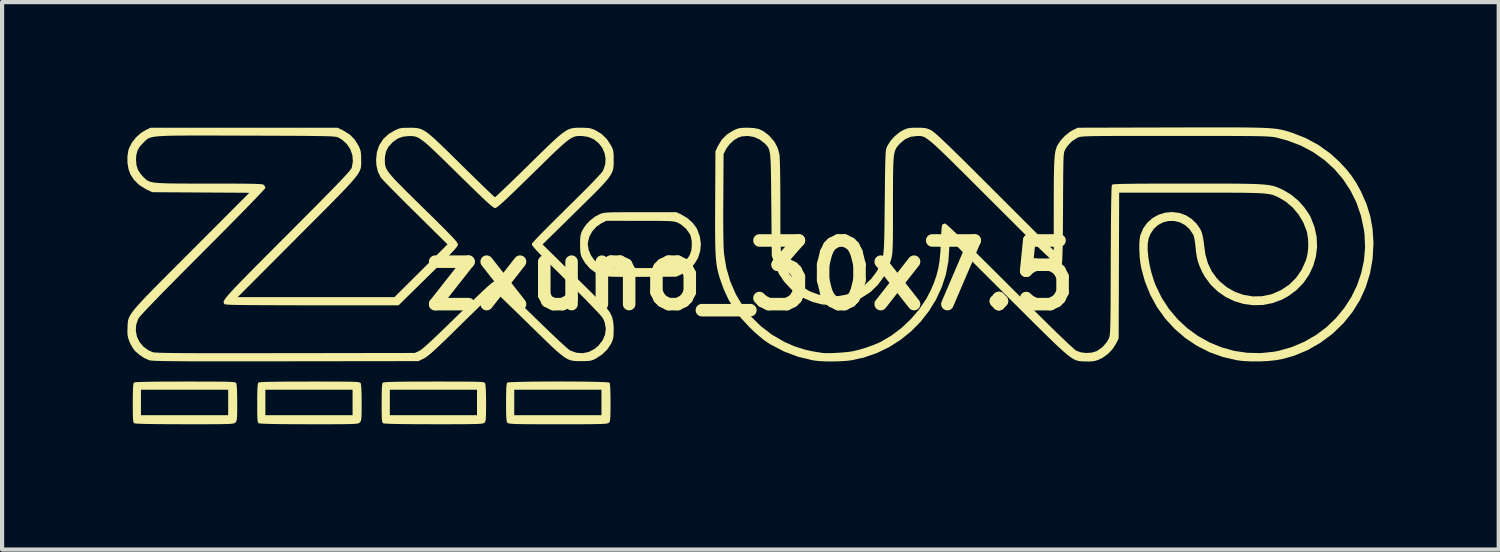
<source format=kicad_pcb>
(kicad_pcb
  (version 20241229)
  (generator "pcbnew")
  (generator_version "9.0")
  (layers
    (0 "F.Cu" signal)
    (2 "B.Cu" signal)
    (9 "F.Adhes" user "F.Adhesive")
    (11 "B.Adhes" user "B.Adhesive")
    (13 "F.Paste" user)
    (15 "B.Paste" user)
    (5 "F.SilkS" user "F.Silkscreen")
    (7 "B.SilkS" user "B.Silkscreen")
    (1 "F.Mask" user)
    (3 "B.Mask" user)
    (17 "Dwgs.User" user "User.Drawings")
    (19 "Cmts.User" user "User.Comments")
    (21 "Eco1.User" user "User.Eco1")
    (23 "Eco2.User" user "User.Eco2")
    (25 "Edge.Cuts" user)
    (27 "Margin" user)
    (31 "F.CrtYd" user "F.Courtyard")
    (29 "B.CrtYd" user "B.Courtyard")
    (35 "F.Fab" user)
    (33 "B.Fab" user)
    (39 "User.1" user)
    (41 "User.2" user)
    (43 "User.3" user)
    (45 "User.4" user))
  (footprint "zxuno_30x7.5"
    (layer "F.Cu")
    (at 14.917 3.542)
    (property "Reference" "zxuno_30x7.5" (at 0 0 0) (layer "F.SilkS") (effects (font (size 1.524 1.524) (thickness 0.3))))
    (attr board_only exclude_from_pos_files exclude_from_bom allow_missing_courtyard)
    (fp_poly (pts (xy -7.316 2.544) (xy -7.097 2.545) (xy -6.915 2.545) (xy -6.765 2.546) (xy -6.646 2.547) (xy -6.553 2.549) (xy -6.482 2.552) (xy -6.432 2.556) (xy -6.397 2.561) (xy -6.374 2.566) (xy -6.361 2.573) (xy -6.353 2.582) (xy -6.351 2.586) (xy -6.343 2.623) (xy -6.337 2.697) (xy -6.332 2.803) (xy -6.329 2.937) (xy -6.328 3.061) (xy -6.329 3.211) (xy -6.33 3.322) (xy -6.333 3.403) (xy -6.338 3.458) (xy -6.345 3.493) (xy -6.355 3.516) (xy -6.368 3.53) (xy -6.38 3.538) (xy -6.399 3.545) (xy -6.428 3.551) (xy -6.472 3.555) (xy -6.533 3.559) (xy -6.616 3.561) (xy -6.723 3.563) (xy -6.858 3.565) (xy -7.024 3.565) (xy -7.226 3.566) (xy -7.466 3.566) (xy -7.58 3.566) (xy -7.866 3.565) (xy -8.115 3.564) (xy -8.327 3.562) (xy -8.501 3.559) (xy -8.636 3.555) (xy -8.729 3.551) (xy -8.781 3.546) (xy -8.791 3.543) (xy -8.804 3.532) (xy -8.813 3.512) (xy -8.82 3.478) (xy -8.825 3.424) (xy -8.827 3.344) (xy -8.829 3.232) (xy -8.829 3.084) (xy -8.829 3.059) (xy -8.828 2.887) (xy -8.826 2.756) (xy -8.825 2.74) (xy -8.633 2.74) (xy -8.633 3.349) (xy -6.546 3.349) (xy -6.546 2.74) (xy -8.633 2.74) (xy -8.825 2.74) (xy -8.821 2.661) (xy -8.814 2.601) (xy -8.805 2.572) (xy -8.803 2.57) (xy -8.786 2.564) (xy -8.746 2.559) (xy -8.68 2.555) (xy -8.587 2.552) (xy -8.463 2.549) (xy -8.306 2.547) (xy -8.113 2.545) (xy -7.883 2.545) (xy -7.611 2.544) (xy -7.575 2.544)) (stroke (width 0) (type solid)) (fill yes) (layer "F.SilkS"))
    (fp_poly (pts (xy -4.394 2.543) (xy -4.198 2.544) (xy -4.012 2.545) (xy -3.841 2.548) (xy -3.69 2.551) (xy -3.562 2.555) (xy -3.464 2.559) (xy -3.4 2.565) (xy -3.375 2.57) (xy -3.365 2.596) (xy -3.358 2.652) (xy -3.353 2.743) (xy -3.35 2.87) (xy -3.349 3.038) (xy -3.349 3.046) (xy -3.349 3.198) (xy -3.351 3.312) (xy -3.353 3.395) (xy -3.358 3.452) (xy -3.365 3.49) (xy -3.374 3.514) (xy -3.388 3.529) (xy -3.389 3.53) (xy -3.401 3.538) (xy -3.42 3.545) (xy -3.449 3.551) (xy -3.493 3.555) (xy -3.554 3.559) (xy -3.637 3.561) (xy -3.744 3.563) (xy -3.879 3.565) (xy -4.045 3.566) (xy -4.247 3.566) (xy -4.487 3.566) (xy -4.605 3.566) (xy -4.864 3.566) (xy -5.083 3.566) (xy -5.265 3.565) (xy -5.414 3.564) (xy -5.533 3.562) (xy -5.626 3.56) (xy -5.696 3.556) (xy -5.746 3.552) (xy -5.78 3.547) (xy -5.802 3.541) (xy -5.814 3.533) (xy -5.816 3.532) (xy -5.827 3.515) (xy -5.836 3.485) (xy -5.842 3.437) (xy -5.846 3.365) (xy -5.849 3.265) (xy -5.85 3.129) (xy -5.85 3.047) (xy -5.849 2.878) (xy -5.846 2.748) (xy -5.846 2.74) (xy -5.654 2.74) (xy -5.654 3.349) (xy -3.566 3.349) (xy -3.566 2.74) (xy -5.654 2.74) (xy -5.846 2.74) (xy -5.841 2.656) (xy -5.834 2.598) (xy -5.824 2.571) (xy -5.824 2.57) (xy -5.797 2.565) (xy -5.731 2.559) (xy -5.631 2.555) (xy -5.502 2.551) (xy -5.35 2.548) (xy -5.178 2.545) (xy -4.991 2.544) (xy -4.795 2.543) (xy -4.595 2.542)) (stroke (width 0) (type solid)) (fill yes) (layer "F.SilkS"))
    (fp_poly (pts (xy -13.275 2.544) (xy -13.056 2.545) (xy -12.873 2.545) (xy -12.724 2.546) (xy -12.605 2.547) (xy -12.511 2.549) (xy -12.441 2.552) (xy -12.39 2.556) (xy -12.355 2.561) (xy -12.333 2.566) (xy -12.32 2.573) (xy -12.312 2.582) (xy -12.309 2.586) (xy -12.302 2.623) (xy -12.295 2.697) (xy -12.29 2.803) (xy -12.288 2.935) (xy -12.287 3.054) (xy -12.287 3.201) (xy -12.288 3.311) (xy -12.291 3.39) (xy -12.296 3.444) (xy -12.303 3.48) (xy -12.314 3.503) (xy -12.329 3.521) (xy -12.33 3.523) (xy -12.341 3.532) (xy -12.355 3.54) (xy -12.375 3.547) (xy -12.405 3.552) (xy -12.449 3.557) (xy -12.511 3.56) (xy -12.593 3.562) (xy -12.7 3.564) (xy -12.834 3.565) (xy -13 3.566) (xy -13.201 3.566) (xy -13.441 3.566) (xy -13.543 3.566) (xy -13.828 3.565) (xy -14.076 3.564) (xy -14.288 3.562) (xy -14.462 3.559) (xy -14.595 3.555) (xy -14.689 3.551) (xy -14.74 3.546) (xy -14.75 3.543) (xy -14.762 3.532) (xy -14.772 3.512) (xy -14.779 3.478) (xy -14.783 3.424) (xy -14.786 3.344) (xy -14.787 3.232) (xy -14.788 3.084) (xy -14.788 3.059) (xy -14.787 2.887) (xy -14.784 2.756) (xy -14.783 2.74) (xy -14.592 2.74) (xy -14.592 3.349) (xy -12.504 3.349) (xy -12.504 2.74) (xy -14.592 2.74) (xy -14.783 2.74) (xy -14.779 2.661) (xy -14.772 2.601) (xy -14.763 2.572) (xy -14.762 2.57) (xy -14.744 2.564) (xy -14.704 2.559) (xy -14.639 2.555) (xy -14.546 2.552) (xy -14.422 2.549) (xy -14.265 2.547) (xy -14.072 2.545) (xy -13.841 2.545) (xy -13.57 2.544) (xy -13.534 2.544)) (stroke (width 0) (type solid)) (fill yes) (layer "F.SilkS"))
    (fp_poly (pts (xy -10.295 2.544) (xy -10.076 2.545) (xy -9.894 2.545) (xy -9.745 2.546) (xy -9.625 2.547) (xy -9.532 2.549) (xy -9.462 2.552) (xy -9.411 2.556) (xy -9.376 2.561) (xy -9.354 2.566) (xy -9.34 2.573) (xy -9.333 2.582) (xy -9.33 2.586) (xy -9.322 2.623) (xy -9.316 2.697) (xy -9.311 2.803) (xy -9.308 2.935) (xy -9.308 3.054) (xy -9.308 3.201) (xy -9.309 3.311) (xy -9.312 3.39) (xy -9.317 3.444) (xy -9.324 3.48) (xy -9.335 3.503) (xy -9.349 3.521) (xy -9.351 3.523) (xy -9.362 3.532) (xy -9.375 3.54) (xy -9.396 3.547) (xy -9.426 3.552) (xy -9.47 3.557) (xy -9.532 3.56) (xy -9.614 3.562) (xy -9.721 3.564) (xy -9.855 3.565) (xy -10.021 3.566) (xy -10.222 3.566) (xy -10.462 3.566) (xy -10.563 3.566) (xy -10.848 3.565) (xy -11.097 3.564) (xy -11.309 3.562) (xy -11.482 3.559) (xy -11.616 3.555) (xy -11.709 3.551) (xy -11.761 3.546) (xy -11.77 3.543) (xy -11.783 3.532) (xy -11.793 3.512) (xy -11.799 3.478) (xy -11.804 3.424) (xy -11.807 3.344) (xy -11.808 3.232) (xy -11.808 3.084) (xy -11.808 3.059) (xy -11.808 2.887) (xy -11.805 2.756) (xy -11.804 2.74) (xy -11.613 2.74) (xy -11.613 3.349) (xy -9.525 3.349) (xy -9.525 2.74) (xy -11.613 2.74) (xy -11.804 2.74) (xy -11.8 2.661) (xy -11.793 2.601) (xy -11.784 2.572) (xy -11.782 2.57) (xy -11.765 2.564) (xy -11.725 2.559) (xy -11.66 2.555) (xy -11.566 2.552) (xy -11.442 2.549) (xy -11.285 2.547) (xy -11.093 2.545) (xy -10.862 2.545) (xy -10.591 2.544) (xy -10.554 2.544)) (stroke (width 0) (type solid)) (fill yes) (layer "F.SilkS"))
    (fp_poly (pts (xy -1.649 -1.454) (xy -1.508 -1.369) (xy -1.386 -1.261) (xy -1.293 -1.139) (xy -1.273 -1.101) (xy -1.209 -0.924) (xy -1.185 -0.747) (xy -1.202 -0.575) (xy -1.255 -0.413) (xy -1.345 -0.266) (xy -1.468 -0.139) (xy -1.624 -0.038) (xy -1.649 -0.025) (xy -1.772 0.033) (xy -2.599 0.037) (xy -2.835 0.038) (xy -3.032 0.038) (xy -3.191 0.036) (xy -3.316 0.033) (xy -3.411 0.028) (xy -3.479 0.022) (xy -3.522 0.015) (xy -3.524 0.014) (xy -3.691 -0.053) (xy -3.837 -0.158) (xy -3.958 -0.295) (xy -4.027 -0.41) (xy -4.051 -0.464) (xy -4.066 -0.519) (xy -4.074 -0.587) (xy -4.077 -0.681) (xy -4.077 -0.739) (xy -3.893 -0.739) (xy -3.872 -0.606) (xy -3.816 -0.475) (xy -3.731 -0.358) (xy -3.624 -0.264) (xy -3.557 -0.226) (xy -3.528 -0.212) (xy -3.499 -0.202) (xy -3.467 -0.193) (xy -3.427 -0.187) (xy -3.373 -0.182) (xy -3.302 -0.178) (xy -3.208 -0.176) (xy -3.087 -0.175) (xy -2.934 -0.174) (xy -2.744 -0.174) (xy -2.639 -0.174) (xy -2.423 -0.174) (xy -2.247 -0.175) (xy -2.105 -0.177) (xy -1.993 -0.179) (xy -1.908 -0.183) (xy -1.845 -0.188) (xy -1.799 -0.194) (xy -1.766 -0.202) (xy -1.753 -0.207) (xy -1.656 -0.263) (xy -1.56 -0.346) (xy -1.48 -0.44) (xy -1.451 -0.488) (xy -1.416 -0.587) (xy -1.402 -0.708) (xy -1.406 -0.832) (xy -1.431 -0.944) (xy -1.45 -0.989) (xy -1.54 -1.115) (xy -1.66 -1.216) (xy -1.74 -1.26) (xy -1.767 -1.271) (xy -1.796 -1.28) (xy -1.832 -1.288) (xy -1.879 -1.293) (xy -1.942 -1.298) (xy -2.026 -1.301) (xy -2.135 -1.302) (xy -2.273 -1.304) (xy -2.446 -1.304) (xy -2.643 -1.304) (xy -3.449 -1.305) (xy -3.562 -1.249) (xy -3.683 -1.167) (xy -3.782 -1.058) (xy -3.853 -0.931) (xy -3.889 -0.795) (xy -3.893 -0.739) (xy -4.077 -0.739) (xy -4.076 -0.849) (xy -4.071 -0.927) (xy -4.059 -0.987) (xy -4.04 -1.041) (xy -4.024 -1.076) (xy -3.948 -1.196) (xy -3.843 -1.309) (xy -3.724 -1.403) (xy -3.616 -1.461) (xy -3.584 -1.473) (xy -3.553 -1.484) (xy -3.518 -1.492) (xy -3.476 -1.499) (xy -3.421 -1.503) (xy -3.349 -1.507) (xy -3.256 -1.509) (xy -3.136 -1.51) (xy -2.986 -1.511) (xy -2.8 -1.511) (xy -2.631 -1.511) (xy -1.772 -1.511)) (stroke (width 0) (type solid)) (fill yes) (layer "F.SilkS"))
    (fp_poly (pts (xy -9.739 -3.463) (xy -9.587 -3.367) (xy -9.467 -3.243) (xy -9.376 -3.091) (xy -9.347 -3.021) (xy -9.329 -2.957) (xy -9.321 -2.882) (xy -9.319 -2.78) (xy -9.319 -2.773) (xy -9.318 -2.719) (xy -9.318 -2.671) (xy -9.32 -2.628) (xy -9.325 -2.586) (xy -9.336 -2.544) (xy -9.354 -2.499) (xy -9.38 -2.45) (xy -9.418 -2.394) (xy -9.468 -2.329) (xy -9.532 -2.253) (xy -9.612 -2.164) (xy -9.71 -2.059) (xy -9.827 -1.937) (xy -9.966 -1.796) (xy -10.127 -1.632) (xy -10.313 -1.445) (xy -10.526 -1.232) (xy -10.767 -0.991) (xy -10.849 -0.908) (xy -12.275 0.522) (xy -8.522 0.522) (xy -7.252 -0.741) (xy -8.027 -1.507) (xy -8.181 -1.659) (xy -8.326 -1.804) (xy -8.46 -1.939) (xy -8.58 -2.059) (xy -8.681 -2.163) (xy -8.762 -2.246) (xy -8.818 -2.306) (xy -8.847 -2.339) (xy -8.849 -2.342) (xy -8.917 -2.477) (xy -8.954 -2.634) (xy -8.962 -2.763) (xy -8.943 -2.95) (xy -8.885 -3.117) (xy -8.791 -3.262) (xy -8.661 -3.383) (xy -8.529 -3.462) (xy -8.458 -3.496) (xy -8.4 -3.517) (xy -8.341 -3.528) (xy -8.266 -3.532) (xy -8.166 -3.533) (xy -8.093 -3.533) (xy -8.029 -3.53) (xy -7.971 -3.524) (xy -7.915 -3.511) (xy -7.858 -3.489) (xy -7.798 -3.456) (xy -7.73 -3.409) (xy -7.653 -3.347) (xy -7.561 -3.267) (xy -7.453 -3.166) (xy -7.325 -3.043) (xy -7.173 -2.895) (xy -6.995 -2.719) (xy -6.915 -2.64) (xy -6.762 -2.489) (xy -6.618 -2.349) (xy -6.487 -2.221) (xy -6.371 -2.108) (xy -6.273 -2.014) (xy -6.196 -1.941) (xy -6.143 -1.893) (xy -6.117 -1.871) (xy -6.115 -1.87) (xy -6.096 -1.885) (xy -6.049 -1.928) (xy -5.977 -1.995) (xy -5.884 -2.084) (xy -5.771 -2.192) (xy -5.642 -2.317) (xy -5.501 -2.454) (xy -5.35 -2.602) (xy -5.312 -2.639) (xy -5.122 -2.826) (xy -4.959 -2.985) (xy -4.821 -3.119) (xy -4.704 -3.228) (xy -4.606 -3.317) (xy -4.522 -3.386) (xy -4.45 -3.439) (xy -4.387 -3.478) (xy -4.329 -3.504) (xy -4.274 -3.52) (xy -4.217 -3.529) (xy -4.156 -3.533) (xy -4.087 -3.534) (xy -4.056 -3.534) (xy -3.948 -3.532) (xy -3.871 -3.526) (xy -3.809 -3.513) (xy -3.749 -3.491) (xy -3.716 -3.477) (xy -3.561 -3.383) (xy -3.436 -3.261) (xy -3.347 -3.126) (xy -3.313 -3.063) (xy -3.292 -3.011) (xy -3.28 -2.957) (xy -3.274 -2.89) (xy -3.273 -2.796) (xy -3.273 -2.762) (xy -3.273 -2.689) (xy -3.275 -2.624) (xy -3.282 -2.566) (xy -3.295 -2.51) (xy -3.317 -2.454) (xy -3.351 -2.394) (xy -3.398 -2.326) (xy -3.461 -2.249) (xy -3.542 -2.159) (xy -3.644 -2.052) (xy -3.769 -1.926) (xy -3.919 -1.778) (xy -4.097 -1.603) (xy -4.195 -1.506) (xy -4.976 -0.74) (xy -4.342 -0.115) (xy -4.197 0.028) (xy -4.056 0.167) (xy -3.923 0.298) (xy -3.802 0.417) (xy -3.698 0.52) (xy -3.615 0.602) (xy -3.558 0.659) (xy -3.549 0.668) (xy -3.439 0.785) (xy -3.362 0.891) (xy -3.311 0.996) (xy -3.284 1.113) (xy -3.273 1.251) (xy -3.273 1.294) (xy -3.275 1.4) (xy -3.28 1.476) (xy -3.293 1.536) (xy -3.314 1.593) (xy -3.333 1.634) (xy -3.424 1.773) (xy -3.55 1.895) (xy -3.7 1.994) (xy -3.757 2.022) (xy -3.809 2.04) (xy -3.866 2.05) (xy -3.943 2.054) (xy -4.045 2.055) (xy -4.12 2.055) (xy -4.186 2.053) (xy -4.245 2.047) (xy -4.301 2.035) (xy -4.358 2.015) (xy -4.418 1.983) (xy -4.484 1.938) (xy -4.561 1.878) (xy -4.651 1.8) (xy -4.757 1.703) (xy -4.883 1.582) (xy -5.032 1.437) (xy -5.208 1.266) (xy -5.305 1.171) (xy -5.458 1.021) (xy -5.603 0.88) (xy -5.735 0.752) (xy -5.852 0.639) (xy -5.95 0.544) (xy -6.028 0.47) (xy -6.081 0.42) (xy -6.106 0.397) (xy -6.108 0.396) (xy -6.127 0.409) (xy -6.174 0.451) (xy -6.245 0.517) (xy -6.339 0.605) (xy -6.451 0.713) (xy -6.579 0.837) (xy -6.72 0.974) (xy -6.871 1.122) (xy -6.909 1.159) (xy -7.092 1.339) (xy -7.247 1.491) (xy -7.378 1.617) (xy -7.486 1.72) (xy -7.575 1.802) (xy -7.647 1.867) (xy -7.706 1.915) (xy -7.753 1.951) (xy -7.792 1.977) (xy -7.819 1.992) (xy -7.948 2.055) (xy -11.123 2.059) (xy -11.569 2.06) (xy -11.972 2.06) (xy -12.336 2.06) (xy -12.663 2.06) (xy -12.954 2.06) (xy -13.211 2.059) (xy -13.437 2.059) (xy -13.633 2.058) (xy -13.802 2.056) (xy -13.945 2.055) (xy -14.064 2.053) (xy -14.162 2.05) (xy -14.24 2.048) (xy -14.3 2.045) (xy -14.344 2.041) (xy -14.375 2.038) (xy -14.394 2.033) (xy -14.505 1.985) (xy -14.62 1.911) (xy -14.721 1.824) (xy -14.752 1.79) (xy -14.795 1.729) (xy -14.84 1.647) (xy -14.869 1.584) (xy -14.896 1.508) (xy -14.911 1.44) (xy -14.917 1.364) (xy -14.916 1.33) (xy -14.715 1.33) (xy -14.687 1.47) (xy -14.624 1.6) (xy -14.529 1.712) (xy -14.404 1.8) (xy -14.315 1.839) (xy -14.298 1.843) (xy -14.267 1.847) (xy -14.223 1.85) (xy -14.162 1.853) (xy -14.082 1.856) (xy -13.983 1.858) (xy -13.861 1.86) (xy -13.714 1.862) (xy -13.542 1.863) (xy -13.341 1.864) (xy -13.11 1.865) (xy -12.846 1.865) (xy -12.548 1.865) (xy -12.215 1.865) (xy -11.842 1.865) (xy -11.43 1.864) (xy -11.134 1.864) (xy -8.035 1.859) (xy -7.932 1.812) (xy -7.899 1.792) (xy -7.851 1.756) (xy -7.787 1.702) (xy -7.704 1.627) (xy -7.6 1.531) (xy -7.473 1.41) (xy -7.321 1.264) (xy -7.143 1.09) (xy -7.002 0.953) (xy -6.816 0.771) (xy -6.659 0.618) (xy -6.528 0.491) (xy -6.42 0.387) (xy -6.332 0.306) (xy -6.263 0.243) (xy -6.21 0.198) (xy -6.17 0.168) (xy -6.141 0.15) (xy -6.12 0.142) (xy -6.113 0.141) (xy -6.095 0.145) (xy -6.07 0.158) (xy -6.035 0.183) (xy -5.988 0.221) (xy -5.926 0.276) (xy -5.847 0.348) (xy -5.748 0.442) (xy -5.627 0.558) (xy -5.481 0.699) (xy -5.309 0.868) (xy -5.226 0.949) (xy -5.051 1.119) (xy -4.888 1.276) (xy -4.74 1.418) (xy -4.61 1.541) (xy -4.499 1.643) (xy -4.411 1.722) (xy -4.348 1.776) (xy -4.314 1.801) (xy -4.313 1.801) (xy -4.165 1.854) (xy -4.016 1.865) (xy -3.87 1.835) (xy -3.733 1.764) (xy -3.641 1.687) (xy -3.54 1.559) (xy -3.48 1.422) (xy -3.462 1.279) (xy -3.487 1.133) (xy -3.525 1.038) (xy -3.554 0.998) (xy -3.614 0.928) (xy -3.706 0.83) (xy -3.828 0.703) (xy -3.98 0.547) (xy -4.163 0.364) (xy -4.375 0.153) (xy -4.41 0.12) (xy -4.594 -0.063) (xy -4.75 -0.217) (xy -4.879 -0.346) (xy -4.984 -0.452) (xy -5.067 -0.538) (xy -5.13 -0.605) (xy -5.176 -0.657) (xy -5.207 -0.695) (xy -5.225 -0.723) (xy -5.232 -0.742) (xy -5.232 -0.755) (xy -5.214 -0.779) (xy -5.167 -0.831) (xy -5.096 -0.907) (xy -5.002 -1.004) (xy -4.888 -1.119) (xy -4.759 -1.249) (xy -4.615 -1.392) (xy -4.461 -1.544) (xy -4.395 -1.61) (xy -4.18 -1.822) (xy -3.997 -2.004) (xy -3.844 -2.158) (xy -3.722 -2.285) (xy -3.629 -2.384) (xy -3.565 -2.456) (xy -3.531 -2.502) (xy -3.526 -2.51) (xy -3.477 -2.652) (xy -3.468 -2.795) (xy -3.494 -2.933) (xy -3.551 -3.06) (xy -3.638 -3.169) (xy -3.749 -3.256) (xy -3.881 -3.313) (xy -4.03 -3.336) (xy -4.034 -3.336) (xy -4.088 -3.336) (xy -4.137 -3.334) (xy -4.182 -3.328) (xy -4.228 -3.314) (xy -4.277 -3.291) (xy -4.333 -3.257) (xy -4.397 -3.209) (xy -4.474 -3.145) (xy -4.566 -3.062) (xy -4.676 -2.96) (xy -4.807 -2.834) (xy -4.961 -2.683) (xy -5.143 -2.505) (xy -5.217 -2.433) (xy -5.408 -2.246) (xy -5.57 -2.088) (xy -5.706 -1.957) (xy -5.818 -1.85) (xy -5.908 -1.766) (xy -5.98 -1.703) (xy -6.034 -1.657) (xy -6.073 -1.628) (xy -6.1 -1.613) (xy -6.113 -1.609) (xy -6.132 -1.615) (xy -6.16 -1.633) (xy -6.202 -1.665) (xy -6.259 -1.713) (xy -6.333 -1.781) (xy -6.427 -1.869) (xy -6.543 -1.98) (xy -6.683 -2.116) (xy -6.85 -2.279) (xy -7 -2.426) (xy -7.193 -2.616) (xy -7.357 -2.777) (xy -7.497 -2.912) (xy -7.614 -3.023) (xy -7.712 -3.113) (xy -7.794 -3.184) (xy -7.863 -3.237) (xy -7.921 -3.277) (xy -7.972 -3.304) (xy -8.019 -3.321) (xy -8.064 -3.33) (xy -8.111 -3.334) (xy -8.162 -3.334) (xy -8.177 -3.334) (xy -8.318 -3.32) (xy -8.437 -3.278) (xy -8.549 -3.2) (xy -8.57 -3.181) (xy -8.665 -3.078) (xy -8.723 -2.969) (xy -8.749 -2.842) (xy -8.752 -2.773) (xy -8.752 -2.719) (xy -8.749 -2.67) (xy -8.742 -2.625) (xy -8.727 -2.578) (xy -8.703 -2.529) (xy -8.667 -2.474) (xy -8.616 -2.409) (xy -8.55 -2.332) (xy -8.464 -2.241) (xy -8.357 -2.132) (xy -8.227 -2.001) (xy -8.072 -1.848) (xy -7.888 -1.667) (xy -7.828 -1.608) (xy -7.642 -1.426) (xy -7.486 -1.272) (xy -7.357 -1.143) (xy -7.252 -1.038) (xy -7.169 -0.952) (xy -7.105 -0.885) (xy -7.059 -0.832) (xy -7.029 -0.794) (xy -7.011 -0.765) (xy -7.003 -0.745) (xy -7.002 -0.739) (xy -7.007 -0.72) (xy -7.021 -0.694) (xy -7.047 -0.658) (xy -7.088 -0.61) (xy -7.147 -0.546) (xy -7.226 -0.464) (xy -7.327 -0.362) (xy -7.453 -0.237) (xy -7.606 -0.085) (xy -7.713 0.02) (xy -8.423 0.718) (xy -10.492 0.718) (xy -10.858 0.718) (xy -11.183 0.717) (xy -11.468 0.716) (xy -11.715 0.715) (xy -11.927 0.714) (xy -12.106 0.712) (xy -12.253 0.71) (xy -12.37 0.708) (xy -12.46 0.705) (xy -12.525 0.701) (xy -12.566 0.697) (xy -12.585 0.693) (xy -12.587 0.692) (xy -12.6 0.678) (xy -12.609 0.664) (xy -12.613 0.648) (xy -12.611 0.628) (xy -12.6 0.602) (xy -12.579 0.568) (xy -12.546 0.524) (xy -12.5 0.469) (xy -12.439 0.4) (xy -12.361 0.316) (xy -12.265 0.215) (xy -12.149 0.096) (xy -12.011 -0.045) (xy -11.85 -0.208) (xy -11.664 -0.395) (xy -11.451 -0.609) (xy -11.21 -0.851) (xy -11.093 -0.967) (xy -10.836 -1.225) (xy -10.607 -1.455) (xy -10.406 -1.657) (xy -10.231 -1.834) (xy -10.081 -1.987) (xy -9.953 -2.118) (xy -9.846 -2.229) (xy -9.758 -2.322) (xy -9.688 -2.397) (xy -9.634 -2.457) (xy -9.594 -2.504) (xy -9.567 -2.539) (xy -9.551 -2.565) (xy -9.545 -2.577) (xy -9.518 -2.727) (xy -9.53 -2.876) (xy -9.579 -3.017) (xy -9.662 -3.143) (xy -9.775 -3.246) (xy -9.867 -3.3) (xy -9.883 -3.306) (xy -9.903 -3.312) (xy -9.93 -3.317) (xy -9.967 -3.321) (xy -10.016 -3.325) (xy -10.079 -3.328) (xy -10.161 -3.331) (xy -10.262 -3.333) (xy -10.387 -3.335) (xy -10.536 -3.337) (xy -10.714 -3.339) (xy -10.922 -3.34) (xy -11.164 -3.341) (xy -11.442 -3.342) (xy -11.758 -3.343) (xy -12.067 -3.344) (xy -12.431 -3.345) (xy -12.755 -3.346) (xy -13.04 -3.347) (xy -13.289 -3.347) (xy -13.505 -3.346) (xy -13.691 -3.345) (xy -13.849 -3.343) (xy -13.982 -3.339) (xy -14.092 -3.334) (xy -14.183 -3.328) (xy -14.256 -3.32) (xy -14.314 -3.311) (xy -14.361 -3.299) (xy -14.398 -3.286) (xy -14.428 -3.27) (xy -14.454 -3.251) (xy -14.478 -3.23) (xy -14.503 -3.206) (xy -14.519 -3.191) (xy -14.615 -3.09) (xy -14.674 -2.988) (xy -14.704 -2.875) (xy -14.71 -2.773) (xy -14.699 -2.636) (xy -14.662 -2.523) (xy -14.592 -2.418) (xy -14.537 -2.357) (xy -14.504 -2.325) (xy -14.474 -2.298) (xy -14.443 -2.274) (xy -14.407 -2.255) (xy -14.363 -2.239) (xy -14.307 -2.226) (xy -14.237 -2.216) (xy -14.147 -2.209) (xy -14.036 -2.204) (xy -13.899 -2.2) (xy -13.734 -2.198) (xy -13.536 -2.197) (xy -13.303 -2.196) (xy -13.03 -2.196) (xy -12.959 -2.196) (xy -12.688 -2.196) (xy -12.458 -2.196) (xy -12.265 -2.195) (xy -12.105 -2.194) (xy -11.975 -2.192) (xy -11.873 -2.19) (xy -11.795 -2.187) (xy -11.737 -2.184) (xy -11.696 -2.179) (xy -11.669 -2.174) (xy -11.653 -2.167) (xy -11.647 -2.162) (xy -11.619 -2.119) (xy -11.613 -2.092) (xy -11.628 -2.072) (xy -11.672 -2.023) (xy -11.742 -1.948) (xy -11.837 -1.848) (xy -11.954 -1.727) (xy -12.092 -1.585) (xy -12.248 -1.426) (xy -12.42 -1.251) (xy -12.606 -1.062) (xy -12.805 -0.862) (xy -13.013 -0.653) (xy -13.111 -0.555) (xy -13.397 -0.268) (xy -13.652 -0.012) (xy -13.876 0.216) (xy -14.072 0.414) (xy -14.238 0.585) (xy -14.376 0.728) (xy -14.486 0.843) (xy -14.568 0.933) (xy -14.624 0.996) (xy -14.653 1.034) (xy -14.656 1.04) (xy -14.706 1.184) (xy -14.715 1.33) (xy -14.916 1.33) (xy -14.914 1.264) (xy -14.912 1.209) (xy -14.91 1.161) (xy -14.906 1.116) (xy -14.898 1.073) (xy -14.885 1.029) (xy -14.864 0.982) (xy -14.834 0.93) (xy -14.793 0.872) (xy -14.739 0.803) (xy -14.671 0.724) (xy -14.586 0.631) (xy -14.484 0.522) (xy -14.361 0.395) (xy -14.217 0.248) (xy -14.049 0.079) (xy -13.856 -0.115) (xy -13.636 -0.335) (xy -13.391 -0.58) (xy -11.997 -1.976) (xy -13.159 -1.983) (xy -14.32 -1.99) (xy -14.465 -2.058) (xy -14.628 -2.158) (xy -14.759 -2.286) (xy -14.845 -2.419) (xy -14.891 -2.546) (xy -14.915 -2.694) (xy -14.916 -2.849) (xy -14.893 -2.994) (xy -14.875 -3.05) (xy -14.807 -3.181) (xy -14.707 -3.306) (xy -14.588 -3.411) (xy -14.487 -3.473) (xy -14.364 -3.534) (xy -9.883 -3.534)) (stroke (width 0) (type solid)) (fill yes) (layer "F.SilkS"))
    (fp_poly (pts (xy 11.375 -3.542) (xy 11.608 -3.542) (xy 11.811 -3.54) (xy 11.987 -3.538) (xy 12.139 -3.535) (xy 12.27 -3.531) (xy 12.382 -3.526) (xy 12.478 -3.519) (xy 12.561 -3.511) (xy 12.634 -3.501) (xy 12.699 -3.489) (xy 12.759 -3.476) (xy 12.817 -3.461) (xy 12.875 -3.444) (xy 12.937 -3.424) (xy 12.976 -3.412) (xy 13.298 -3.286) (xy 13.6 -3.122) (xy 13.88 -2.922) (xy 14.097 -2.725) (xy 14.26 -2.551) (xy 14.395 -2.382) (xy 14.512 -2.204) (xy 14.622 -2.003) (xy 14.625 -1.995) (xy 14.753 -1.705) (xy 14.842 -1.416) (xy 14.897 -1.117) (xy 14.918 -0.799) (xy 14.918 -0.74) (xy 14.898 -0.386) (xy 14.836 -0.045) (xy 14.735 0.281) (xy 14.596 0.589) (xy 14.418 0.877) (xy 14.204 1.143) (xy 13.954 1.386) (xy 13.926 1.41) (xy 13.644 1.619) (xy 13.342 1.791) (xy 13.025 1.924) (xy 12.748 2.003) (xy 12.585 2.032) (xy 12.394 2.052) (xy 12.189 2.062) (xy 11.984 2.062) (xy 11.793 2.051) (xy 11.654 2.034) (xy 11.314 1.956) (xy 10.992 1.84) (xy 10.691 1.687) (xy 10.412 1.501) (xy 10.159 1.283) (xy 9.933 1.037) (xy 9.737 0.763) (xy 9.574 0.465) (xy 9.445 0.144) (xy 9.361 -0.163) (xy 9.337 -0.297) (xy 9.321 -0.445) (xy 9.313 -0.596) (xy 9.312 -0.74) (xy 9.32 -0.864) (xy 9.336 -0.957) (xy 9.337 -0.96) (xy 9.405 -1.123) (xy 9.505 -1.261) (xy 9.631 -1.372) (xy 9.777 -1.453) (xy 9.937 -1.502) (xy 10.105 -1.515) (xy 10.276 -1.492) (xy 10.432 -1.435) (xy 10.565 -1.35) (xy 10.681 -1.239) (xy 10.77 -1.112) (xy 10.804 -1.037) (xy 10.826 -0.96) (xy 10.846 -0.859) (xy 10.86 -0.754) (xy 10.861 -0.739) (xy 10.895 -0.497) (xy 10.956 -0.285) (xy 11.046 -0.098) (xy 11.168 0.07) (xy 11.233 0.14) (xy 11.408 0.285) (xy 11.602 0.396) (xy 11.81 0.469) (xy 12.027 0.505) (xy 12.246 0.501) (xy 12.462 0.457) (xy 12.493 0.447) (xy 12.711 0.352) (xy 12.902 0.223) (xy 13.065 0.062) (xy 13.197 -0.128) (xy 13.295 -0.345) (xy 13.321 -0.425) (xy 13.347 -0.559) (xy 13.358 -0.715) (xy 13.352 -0.874) (xy 13.33 -1.018) (xy 13.32 -1.056) (xy 13.241 -1.262) (xy 13.127 -1.453) (xy 12.986 -1.622) (xy 12.823 -1.761) (xy 12.703 -1.834) (xy 12.655 -1.86) (xy 12.612 -1.882) (xy 12.57 -1.901) (xy 12.526 -1.918) (xy 12.478 -1.932) (xy 12.422 -1.943) (xy 12.356 -1.953) (xy 12.275 -1.961) (xy 12.178 -1.967) (xy 12.06 -1.971) (xy 11.919 -1.974) (xy 11.752 -1.977) (xy 11.556 -1.978) (xy 11.327 -1.979) (xy 11.062 -1.979) (xy 10.759 -1.979) (xy 10.565 -1.979) (xy 8.83 -1.979) (xy 8.824 -0.234) (xy 8.818 1.511) (xy 8.758 1.633) (xy 8.674 1.764) (xy 8.562 1.882) (xy 8.434 1.975) (xy 8.339 2.021) (xy 8.259 2.047) (xy 8.182 2.061) (xy 8.092 2.064) (xy 8.024 2.062) (xy 7.972 2.061) (xy 7.924 2.058) (xy 7.88 2.054) (xy 7.838 2.046) (xy 7.794 2.032) (xy 7.748 2.011) (xy 7.696 1.981) (xy 7.637 1.939) (xy 7.569 1.885) (xy 7.489 1.816) (xy 7.395 1.731) (xy 7.285 1.628) (xy 7.157 1.504) (xy 7.01 1.359) (xy 6.839 1.191) (xy 6.645 0.998) (xy 6.423 0.777) (xy 6.173 0.528) (xy 6.171 0.525) (xy 4.763 -0.879) (xy 4.763 -0.66) (xy 4.741 -0.334) (xy 4.68 -0.016) (xy 4.58 0.289) (xy 4.445 0.581) (xy 4.276 0.855) (xy 4.078 1.109) (xy 3.851 1.339) (xy 3.599 1.543) (xy 3.324 1.718) (xy 3.029 1.861) (xy 2.716 1.969) (xy 2.437 2.031) (xy 2.299 2.049) (xy 2.136 2.059) (xy 1.961 2.063) (xy 1.788 2.061) (xy 1.629 2.052) (xy 1.499 2.036) (xy 1.49 2.034) (xy 1.139 1.949) (xy 0.804 1.823) (xy 0.486 1.657) (xy 0.391 1.597) (xy 0.315 1.542) (xy 0.221 1.465) (xy 0.117 1.374) (xy 0.016 1.279) (xy -0.013 1.251) (xy -0.214 1.035) (xy -0.38 0.82) (xy -0.517 0.595) (xy -0.632 0.349) (xy -0.708 0.141) (xy -0.737 0.054) (xy -0.761 -0.027) (xy -0.781 -0.106) (xy -0.799 -0.188) (xy -0.812 -0.277) (xy -0.823 -0.376) (xy -0.832 -0.489) (xy -0.838 -0.622) (xy -0.842 -0.776) (xy -0.844 -0.958) (xy -0.845 -1.17) (xy -0.845 -1.418) (xy -0.844 -1.539) (xy -0.65 -1.539) (xy -0.65 -1.281) (xy -0.648 -1.053) (xy -0.645 -0.859) (xy -0.642 -0.7) (xy -0.636 -0.581) (xy -0.631 -0.516) (xy -0.576 -0.176) (xy -0.481 0.147) (xy -0.35 0.45) (xy -0.183 0.731) (xy 0.018 0.989) (xy 0.252 1.219) (xy 0.516 1.421) (xy 0.809 1.591) (xy 0.822 1.598) (xy 1.059 1.701) (xy 1.303 1.779) (xy 1.511 1.824) (xy 1.596 1.838) (xy 1.671 1.85) (xy 1.718 1.858) (xy 1.784 1.863) (xy 1.882 1.864) (xy 2.001 1.86) (xy 2.129 1.853) (xy 2.256 1.843) (xy 2.369 1.831) (xy 2.458 1.817) (xy 2.465 1.816) (xy 2.609 1.78) (xy 2.769 1.732) (xy 2.928 1.676) (xy 3.068 1.618) (xy 3.121 1.593) (xy 3.375 1.444) (xy 3.619 1.26) (xy 3.844 1.047) (xy 4.044 0.812) (xy 4.212 0.562) (xy 4.315 0.367) (xy 4.394 0.183) (xy 4.454 0.009) (xy 4.499 -0.166) (xy 4.53 -0.354) (xy 4.55 -0.564) (xy 4.56 -0.783) (xy 4.565 -0.912) (xy 4.571 -1.027) (xy 4.579 -1.12) (xy 4.587 -1.185) (xy 4.594 -1.212) (xy 4.632 -1.235) (xy 4.661 -1.24) (xy 4.683 -1.227) (xy 4.729 -1.188) (xy 4.802 -1.122) (xy 4.9 -1.03) (xy 5.026 -0.91) (xy 5.178 -0.761) (xy 5.359 -0.584) (xy 5.568 -0.378) (xy 5.806 -0.142) (xy 6.074 0.125) (xy 6.208 0.259) (xy 6.495 0.545) (xy 6.752 0.8) (xy 6.98 1.025) (xy 7.179 1.221) (xy 7.35 1.388) (xy 7.494 1.526) (xy 7.61 1.636) (xy 7.7 1.719) (xy 7.763 1.775) (xy 7.802 1.804) (xy 7.807 1.807) (xy 7.919 1.846) (xy 8.048 1.86) (xy 8.177 1.85) (xy 8.289 1.816) (xy 8.299 1.811) (xy 8.429 1.72) (xy 8.532 1.601) (xy 8.577 1.523) (xy 8.585 1.504) (xy 8.592 1.484) (xy 8.599 1.461) (xy 8.604 1.43) (xy 8.608 1.389) (xy 8.612 1.335) (xy 8.615 1.266) (xy 8.618 1.177) (xy 8.62 1.067) (xy 8.622 0.932) (xy 8.624 0.77) (xy 8.625 0.577) (xy 8.626 0.35) (xy 8.627 0.088) (xy 8.628 -0.214) (xy 8.628 -0.357) (xy 8.63 -0.713) (xy 8.632 -1.027) (xy 8.634 -1.3) (xy 8.636 -1.533) (xy 8.639 -1.728) (xy 8.642 -1.886) (xy 8.645 -2.007) (xy 8.649 -2.094) (xy 8.654 -2.147) (xy 8.658 -2.168) (xy 8.67 -2.173) (xy 8.695 -2.178) (xy 8.739 -2.182) (xy 8.802 -2.185) (xy 8.887 -2.188) (xy 8.997 -2.19) (xy 9.134 -2.192) (xy 9.301 -2.194) (xy 9.501 -2.195) (xy 9.735 -2.196) (xy 10.007 -2.196) (xy 10.319 -2.196) (xy 10.464 -2.196) (xy 10.801 -2.196) (xy 11.098 -2.196) (xy 11.357 -2.196) (xy 11.583 -2.195) (xy 11.776 -2.193) (xy 11.942 -2.19) (xy 12.083 -2.186) (xy 12.201 -2.18) (xy 12.301 -2.173) (xy 12.385 -2.164) (xy 12.455 -2.153) (xy 12.516 -2.14) (xy 12.57 -2.124) (xy 12.621 -2.106) (xy 12.67 -2.084) (xy 12.723 -2.06) (xy 12.765 -2.04) (xy 12.944 -1.933) (xy 13.114 -1.793) (xy 13.263 -1.628) (xy 13.384 -1.45) (xy 13.415 -1.392) (xy 13.507 -1.158) (xy 13.558 -0.92) (xy 13.569 -0.683) (xy 13.541 -0.45) (xy 13.477 -0.226) (xy 13.378 -0.015) (xy 13.245 0.179) (xy 13.079 0.351) (xy 12.883 0.497) (xy 12.732 0.58) (xy 12.506 0.665) (xy 12.274 0.71) (xy 12.04 0.716) (xy 11.81 0.685) (xy 11.589 0.619) (xy 11.38 0.519) (xy 11.19 0.387) (xy 11.021 0.224) (xy 10.88 0.033) (xy 10.809 -0.098) (xy 10.755 -0.219) (xy 10.716 -0.328) (xy 10.689 -0.441) (xy 10.669 -0.572) (xy 10.657 -0.696) (xy 10.645 -0.797) (xy 10.629 -0.888) (xy 10.611 -0.956) (xy 10.603 -0.975) (xy 10.514 -1.107) (xy 10.405 -1.205) (xy 10.281 -1.269) (xy 10.149 -1.301) (xy 10.015 -1.301) (xy 9.885 -1.269) (xy 9.765 -1.206) (xy 9.661 -1.113) (xy 9.578 -0.989) (xy 9.533 -0.875) (xy 9.514 -0.758) (xy 9.512 -0.611) (xy 9.527 -0.441) (xy 9.557 -0.258) (xy 9.601 -0.069) (xy 9.658 0.116) (xy 9.704 0.239) (xy 9.847 0.535) (xy 10.023 0.806) (xy 10.229 1.05) (xy 10.461 1.266) (xy 10.716 1.451) (xy 10.99 1.605) (xy 11.28 1.724) (xy 11.583 1.809) (xy 11.896 1.855) (xy 12.214 1.863) (xy 12.535 1.83) (xy 12.653 1.807) (xy 12.97 1.716) (xy 13.267 1.589) (xy 13.543 1.43) (xy 13.795 1.241) (xy 14.021 1.024) (xy 14.219 0.784) (xy 14.388 0.523) (xy 14.524 0.244) (xy 14.625 -0.05) (xy 14.691 -0.355) (xy 14.718 -0.67) (xy 14.704 -0.99) (xy 14.691 -1.084) (xy 14.621 -1.42) (xy 14.513 -1.737) (xy 14.368 -2.031) (xy 14.19 -2.302) (xy 13.98 -2.547) (xy 13.74 -2.764) (xy 13.472 -2.952) (xy 13.178 -3.107) (xy 12.859 -3.228) (xy 12.591 -3.299) (xy 12.559 -3.305) (xy 12.524 -3.311) (xy 12.484 -3.316) (xy 12.436 -3.32) (xy 12.378 -3.324) (xy 12.306 -3.327) (xy 12.218 -3.33) (xy 12.111 -3.332) (xy 11.983 -3.334) (xy 11.831 -3.335) (xy 11.652 -3.336) (xy 11.444 -3.337) (xy 11.204 -3.338) (xy 10.929 -3.338) (xy 10.616 -3.338) (xy 10.263 -3.338) (xy 10.167 -3.338) (xy 9.806 -3.338) (xy 9.485 -3.338) (xy 9.204 -3.338) (xy 8.958 -3.338) (xy 8.745 -3.337) (xy 8.562 -3.336) (xy 8.408 -3.335) (xy 8.279 -3.334) (xy 8.173 -3.332) (xy 8.087 -3.329) (xy 8.019 -3.327) (xy 7.966 -3.323) (xy 7.925 -3.319) (xy 7.895 -3.315) (xy 7.871 -3.309) (xy 7.853 -3.303) (xy 7.836 -3.296) (xy 7.829 -3.293) (xy 7.699 -3.21) (xy 7.59 -3.094) (xy 7.54 -3.015) (xy 7.53 -2.996) (xy 7.521 -2.976) (xy 7.514 -2.952) (xy 7.508 -2.92) (xy 7.503 -2.878) (xy 7.499 -2.821) (xy 7.496 -2.746) (xy 7.494 -2.649) (xy 7.492 -2.528) (xy 7.49 -2.379) (xy 7.489 -2.198) (xy 7.487 -1.981) (xy 7.486 -1.726) (xy 7.486 -1.611) (xy 7.484 -1.302) (xy 7.482 -1.037) (xy 7.479 -0.812) (xy 7.476 -0.628) (xy 7.472 -0.483) (xy 7.468 -0.376) (xy 7.463 -0.305) (xy 7.457 -0.271) (xy 7.456 -0.268) (xy 7.443 -0.254) (xy 7.43 -0.243) (xy 7.415 -0.238) (xy 7.395 -0.239) (xy 7.37 -0.249) (xy 7.336 -0.269) (xy 7.293 -0.301) (xy 7.239 -0.346) (xy 7.17 -0.406) (xy 7.087 -0.484) (xy 6.987 -0.579) (xy 6.868 -0.695) (xy 6.728 -0.832) (xy 6.565 -0.992) (xy 6.379 -1.178) (xy 6.166 -1.39) (xy 5.925 -1.631) (xy 5.796 -1.759) (xy 5.541 -2.013) (xy 5.315 -2.239) (xy 5.116 -2.437) (xy 4.942 -2.61) (xy 4.791 -2.759) (xy 4.661 -2.886) (xy 4.549 -2.993) (xy 4.455 -3.082) (xy 4.375 -3.154) (xy 4.308 -3.21) (xy 4.252 -3.254) (xy 4.205 -3.286) (xy 4.165 -3.309) (xy 4.13 -3.323) (xy 4.098 -3.331) (xy 4.067 -3.335) (xy 4.035 -3.336) (xy 3.999 -3.336) (xy 3.99 -3.336) (xy 3.839 -3.317) (xy 3.703 -3.257) (xy 3.582 -3.156) (xy 3.581 -3.155) (xy 3.546 -3.117) (xy 3.517 -3.082) (xy 3.492 -3.046) (xy 3.472 -3.005) (xy 3.455 -2.955) (xy 3.442 -2.893) (xy 3.432 -2.815) (xy 3.425 -2.718) (xy 3.42 -2.597) (xy 3.417 -2.448) (xy 3.415 -2.269) (xy 3.414 -2.056) (xy 3.414 -1.804) (xy 3.414 -1.685) (xy 3.414 -1.431) (xy 3.414 -1.217) (xy 3.413 -1.039) (xy 3.412 -0.891) (xy 3.41 -0.772) (xy 3.407 -0.675) (xy 3.403 -0.598) (xy 3.399 -0.537) (xy 3.393 -0.487) (xy 3.385 -0.444) (xy 3.377 -0.405) (xy 3.372 -0.387) (xy 3.295 -0.162) (xy 3.186 0.047) (xy 3.048 0.234) (xy 2.887 0.39) (xy 2.857 0.413) (xy 2.645 0.548) (xy 2.42 0.643) (xy 2.188 0.7) (xy 1.952 0.717) (xy 1.717 0.697) (xy 1.488 0.638) (xy 1.27 0.542) (xy 1.066 0.408) (xy 0.959 0.315) (xy 0.804 0.146) (xy 0.684 -0.034) (xy 0.591 -0.237) (xy 0.571 -0.294) (xy 0.512 -0.468) (xy 0.501 -1.696) (xy 0.498 -1.968) (xy 0.496 -2.199) (xy 0.493 -2.394) (xy 0.49 -2.556) (xy 0.486 -2.689) (xy 0.48 -2.797) (xy 0.473 -2.883) (xy 0.463 -2.95) (xy 0.45 -3.002) (xy 0.435 -3.043) (xy 0.416 -3.077) (xy 0.392 -3.106) (xy 0.365 -3.135) (xy 0.332 -3.167) (xy 0.33 -3.17) (xy 0.216 -3.256) (xy 0.082 -3.313) (xy -0.06 -3.337) (xy -0.2 -3.327) (xy -0.286 -3.3) (xy -0.391 -3.237) (xy -0.491 -3.146) (xy -0.571 -3.041) (xy -0.59 -3.006) (xy -0.642 -2.903) (xy -0.648 -1.827) (xy -0.65 -1.539) (xy -0.844 -1.539) (xy -0.844 -1.704) (xy -0.843 -1.747) (xy -0.837 -2.968) (xy -0.78 -3.091) (xy -0.686 -3.247) (xy -0.565 -3.37) (xy -0.417 -3.463) (xy -0.344 -3.497) (xy -0.284 -3.518) (xy -0.221 -3.529) (xy -0.141 -3.533) (xy -0.066 -3.534) (xy 0.08 -3.527) (xy 0.198 -3.504) (xy 0.3 -3.458) (xy 0.401 -3.385) (xy 0.458 -3.335) (xy 0.574 -3.202) (xy 0.652 -3.054) (xy 0.694 -2.904) (xy 0.7 -2.848) (xy 0.705 -2.75) (xy 0.709 -2.613) (xy 0.713 -2.437) (xy 0.715 -2.225) (xy 0.717 -1.979) (xy 0.718 -1.7) (xy 0.718 -1.668) (xy 0.718 -1.412) (xy 0.718 -1.196) (xy 0.719 -1.016) (xy 0.721 -0.867) (xy 0.724 -0.747) (xy 0.727 -0.651) (xy 0.731 -0.575) (xy 0.736 -0.517) (xy 0.743 -0.471) (xy 0.751 -0.434) (xy 0.752 -0.429) (xy 0.828 -0.215) (xy 0.939 -0.025) (xy 1.078 0.141) (xy 1.243 0.279) (xy 1.428 0.386) (xy 1.629 0.461) (xy 1.841 0.501) (xy 2.059 0.504) (xy 2.28 0.466) (xy 2.339 0.448) (xy 2.542 0.361) (xy 2.729 0.238) (xy 2.893 0.085) (xy 3.026 -0.092) (xy 3.079 -0.188) (xy 3.105 -0.24) (xy 3.126 -0.288) (xy 3.145 -0.335) (xy 3.16 -0.384) (xy 3.173 -0.441) (xy 3.183 -0.508) (xy 3.191 -0.59) (xy 3.198 -0.69) (xy 3.203 -0.813) (xy 3.207 -0.961) (xy 3.21 -1.139) (xy 3.212 -1.351) (xy 3.215 -1.6) (xy 3.217 -1.761) (xy 3.22 -2.024) (xy 3.222 -2.246) (xy 3.224 -2.432) (xy 3.227 -2.586) (xy 3.23 -2.711) (xy 3.233 -2.81) (xy 3.236 -2.887) (xy 3.241 -2.947) (xy 3.246 -2.992) (xy 3.253 -3.026) (xy 3.26 -3.053) (xy 3.269 -3.076) (xy 3.277 -3.093) (xy 3.352 -3.216) (xy 3.457 -3.332) (xy 3.579 -3.43) (xy 3.647 -3.47) (xy 3.71 -3.5) (xy 3.765 -3.519) (xy 3.826 -3.529) (xy 3.906 -3.533) (xy 3.99 -3.534) (xy 4.095 -3.533) (xy 4.17 -3.527) (xy 4.228 -3.515) (xy 4.283 -3.495) (xy 4.328 -3.473) (xy 4.354 -3.457) (xy 4.39 -3.43) (xy 4.436 -3.392) (xy 4.495 -3.34) (xy 4.569 -3.272) (xy 4.658 -3.187) (xy 4.766 -3.084) (xy 4.894 -2.959) (xy 5.044 -2.812) (xy 5.218 -2.64) (xy 5.416 -2.443) (xy 5.642 -2.218) (xy 5.855 -2.005) (xy 7.263 -0.598) (xy 7.264 -1.675) (xy 7.264 -1.947) (xy 7.265 -2.179) (xy 7.267 -2.375) (xy 7.27 -2.539) (xy 7.275 -2.675) (xy 7.281 -2.785) (xy 7.289 -2.875) (xy 7.299 -2.947) (xy 7.312 -3.006) (xy 7.327 -3.055) (xy 7.345 -3.099) (xy 7.353 -3.115) (xy 7.429 -3.23) (xy 7.532 -3.34) (xy 7.647 -3.433) (xy 7.717 -3.474) (xy 7.84 -3.534) (xy 10.09 -3.54) (xy 10.47 -3.541) (xy 10.808 -3.542) (xy 11.109 -3.542)) (stroke (width 0) (type solid)) (fill yes) (layer "F.SilkS")))
  (gr_rect
    (start -3 -3)
    (end 32.835 10.109)
    (stroke (width 0.1) (type default))
    (fill no)
    (layer "Edge.Cuts")))
</source>
